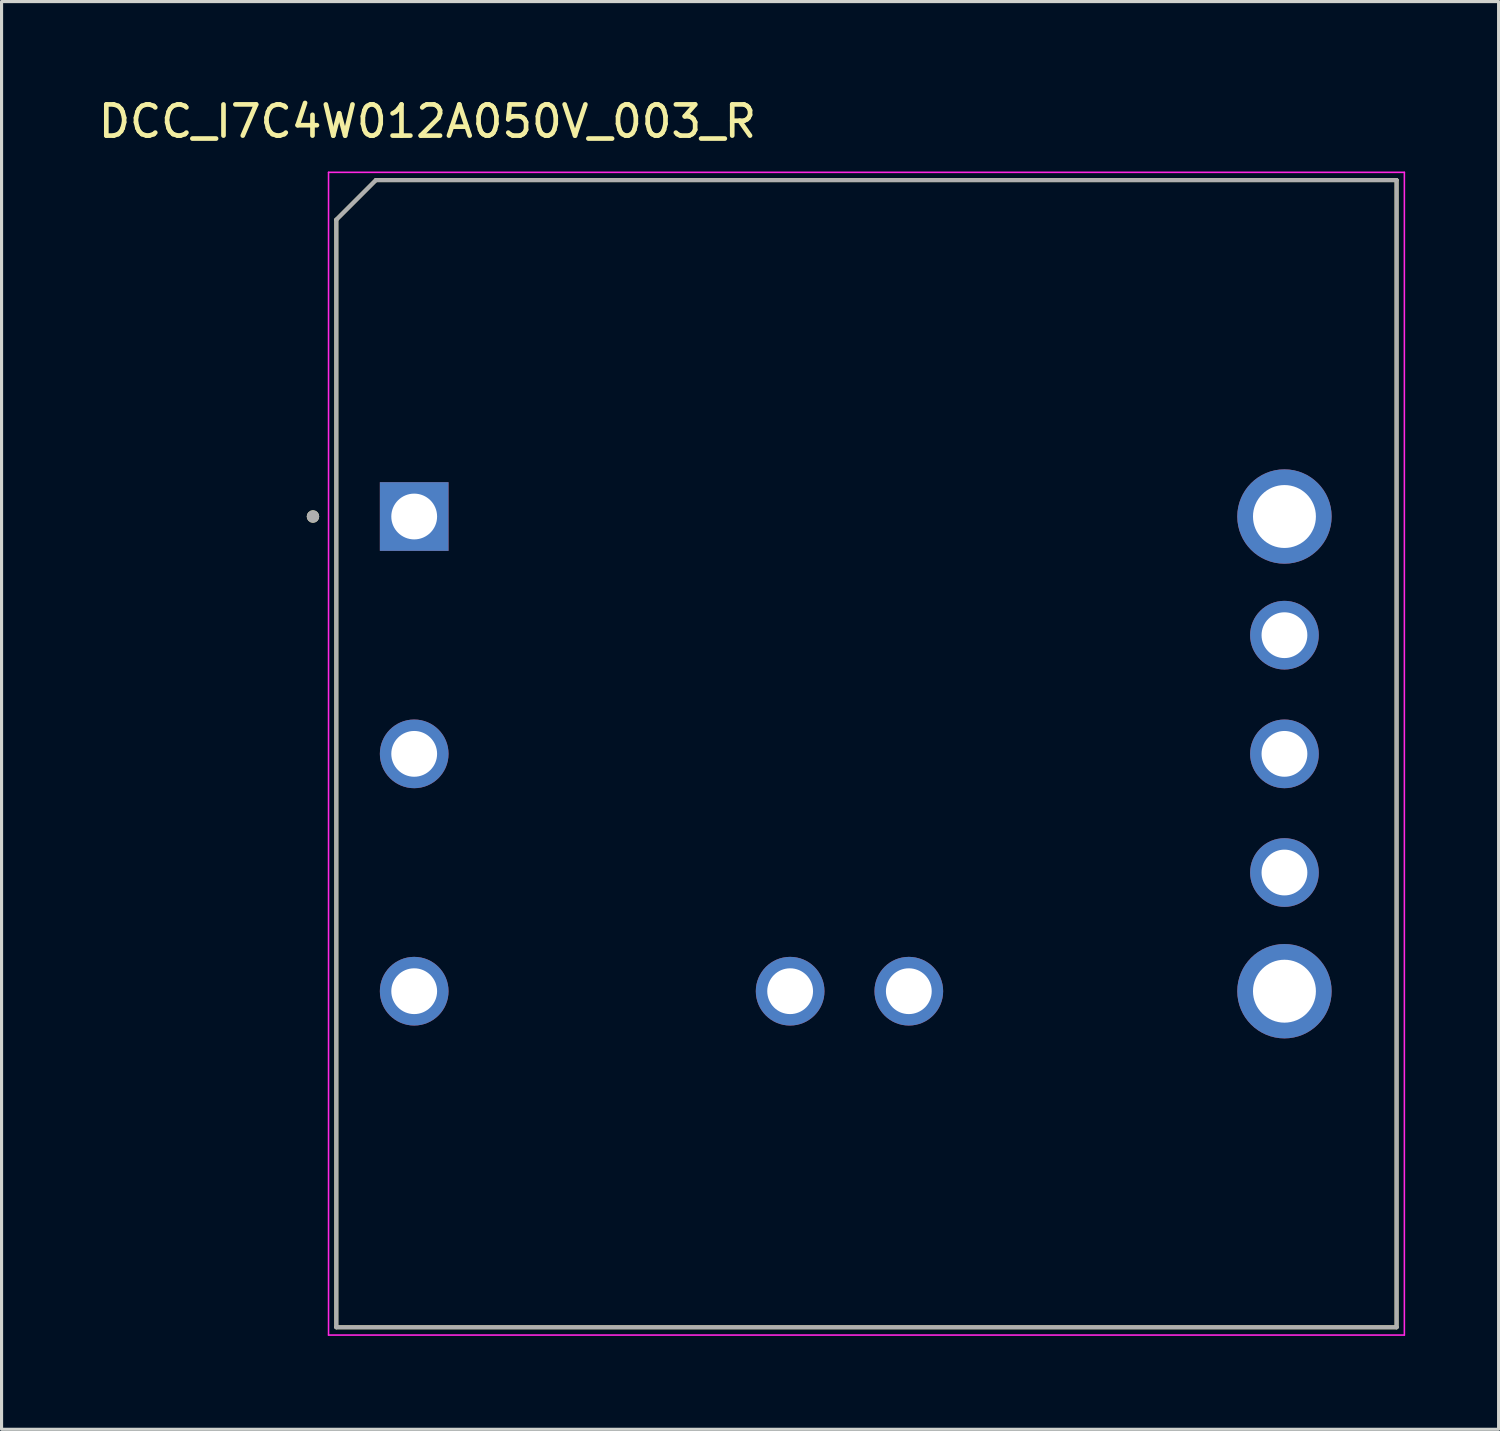
<source format=kicad_pcb>
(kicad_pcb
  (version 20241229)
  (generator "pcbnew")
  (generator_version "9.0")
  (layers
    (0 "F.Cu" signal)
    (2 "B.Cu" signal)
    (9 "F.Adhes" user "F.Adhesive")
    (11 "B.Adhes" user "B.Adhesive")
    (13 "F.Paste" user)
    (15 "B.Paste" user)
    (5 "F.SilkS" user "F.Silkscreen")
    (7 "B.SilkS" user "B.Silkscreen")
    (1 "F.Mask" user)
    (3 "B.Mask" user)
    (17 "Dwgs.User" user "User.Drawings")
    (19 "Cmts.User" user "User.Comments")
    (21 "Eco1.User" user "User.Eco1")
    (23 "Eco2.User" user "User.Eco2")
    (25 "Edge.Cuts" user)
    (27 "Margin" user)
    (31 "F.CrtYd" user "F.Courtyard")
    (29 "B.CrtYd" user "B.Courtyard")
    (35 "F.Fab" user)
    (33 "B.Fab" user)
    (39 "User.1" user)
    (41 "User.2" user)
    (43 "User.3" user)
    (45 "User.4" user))
  (footprint "DCC_I7C4W012A050V_003_R"
    (layer "F.Cu")
    (at 24.218 21.148)
    (property "Reference" "DCC_I7C4W012A050V_003_R" (at -13.545 -20.3 0) (layer "F.SilkS") (effects (font (size 1 1) (thickness 0.15))))
    (attr through_hole)
    (fp_line (start -16.47 -17.145) (end -15.2 -18.415) (stroke (width 0.127) (type solid)) (layer "F.SilkS"))
    (fp_line (start -16.47 18.415) (end -16.47 -17.145) (stroke (width 0.127) (type solid)) (layer "F.SilkS"))
    (fp_line (start -15.2 -18.415) (end 17.57 -18.415) (stroke (width 0.127) (type solid)) (layer "F.SilkS"))
    (fp_line (start 17.57 -18.415) (end 17.57 18.415) (stroke (width 0.127) (type solid)) (layer "F.SilkS"))
    (fp_line (start 17.57 18.415) (end -16.47 18.415) (stroke (width 0.127) (type solid)) (layer "F.SilkS"))
    (fp_circle (center -17.22 -7.615) (end -17.12 -7.615) (stroke (width 0.2) (type solid)) (fill no) (layer "F.SilkS"))
    (fp_line (start -16.72 -18.665) (end -16.72 18.665) (stroke (width 0.05) (type solid)) (layer "F.CrtYd"))
    (fp_line (start -16.72 18.665) (end 17.82 18.665) (stroke (width 0.05) (type solid)) (layer "F.CrtYd"))
    (fp_line (start 17.82 -18.665) (end -16.72 -18.665) (stroke (width 0.05) (type solid)) (layer "F.CrtYd"))
    (fp_line (start 17.82 18.665) (end 17.82 -18.665) (stroke (width 0.05) (type solid)) (layer "F.CrtYd"))
    (fp_line (start -16.47 -17.145) (end -15.2 -18.415) (stroke (width 0.127) (type solid)) (layer "F.Fab"))
    (fp_line (start -16.47 18.415) (end -16.47 -17.145) (stroke (width 0.127) (type solid)) (layer "F.Fab"))
    (fp_line (start -15.2 -18.415) (end 17.57 -18.415) (stroke (width 0.127) (type solid)) (layer "F.Fab"))
    (fp_line (start 17.57 -18.415) (end 17.57 18.415) (stroke (width 0.127) (type solid)) (layer "F.Fab"))
    (fp_line (start 17.57 18.415) (end -16.47 18.415) (stroke (width 0.127) (type solid)) (layer "F.Fab"))
    (fp_circle (center -17.22 -7.615) (end -17.12 -7.615) (stroke (width 0.2) (type solid)) (fill no) (layer "F.Fab"))
    (pad "1" thru_hole rect (at -13.97 -7.615) (size 2.205 2.205) (drill 1.47) (layers "*.Cu" "*.Mask"))
    (pad "2" thru_hole circle (at -13.97 0.005) (size 2.205 2.205) (drill 1.47) (layers "*.Cu" "*.Mask"))
    (pad "3" thru_hole circle (at -13.97 7.625) (size 2.205 2.205) (drill 1.47) (layers "*.Cu" "*.Mask"))
    (pad "4" thru_hole circle (at 13.97 7.625) (size 3.03 3.03) (drill 2.02) (layers "*.Cu" "*.Mask"))
    (pad "5" thru_hole circle (at 13.97 3.815) (size 2.205 2.205) (drill 1.47) (layers "*.Cu" "*.Mask"))
    (pad "6" thru_hole circle (at 13.97 0.005) (size 2.205 2.205) (drill 1.47) (layers "*.Cu" "*.Mask"))
    (pad "7" thru_hole circle (at 13.97 -3.805) (size 2.205 2.205) (drill 1.47) (layers "*.Cu" "*.Mask"))
    (pad "8" thru_hole circle (at 13.97 -7.615) (size 3.03 3.03) (drill 2.02) (layers "*.Cu" "*.Mask"))
    (pad "32" thru_hole circle (at -1.9 7.625) (size 2.205 2.205) (drill 1.47) (layers "*.Cu" "*.Mask"))
    (pad "34" thru_hole circle (at 1.91 7.625) (size 2.205 2.205) (drill 1.47) (layers "*.Cu" "*.Mask")))
  (gr_rect
    (start -3 -3)
    (end 45.063 42.838)
    (stroke (width 0.1) (type default))
    (fill no)
    (layer "Edge.Cuts")))
</source>
